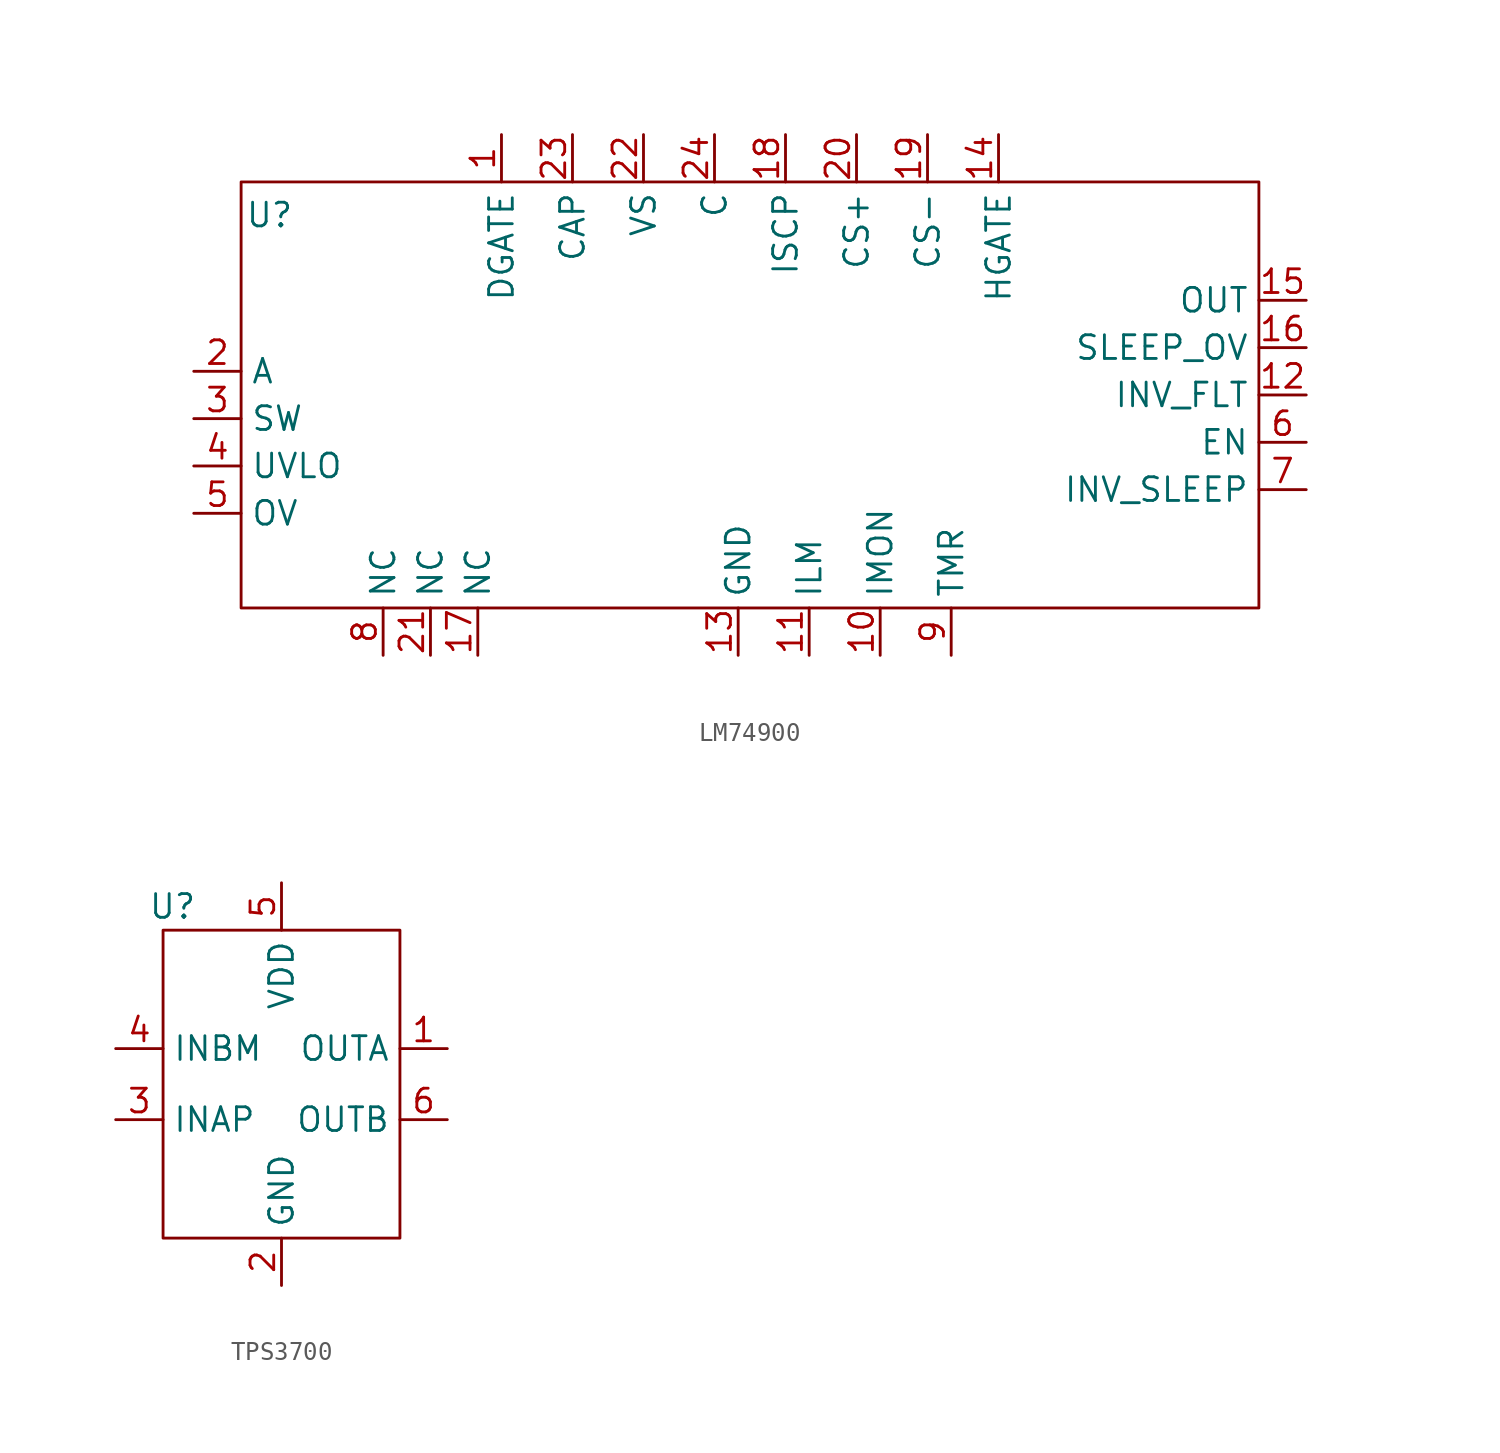
<source format=kicad_sym>
(kicad_symbol_lib
  (version 20241209)
  (generator "kicad_symbol_editor")
  (generator_version "9.0")
  (symbol "LM74900"
    (property "Reference" "U"
      (at 1.524 21.082 0)
      (effects (font (size 1.27 1.27))))
    (property "Value" ""
      (at 0 0 0)
      (effects (font (size 1.27 1.27))))
    (symbol "LM74900_0_1"
      (rectangle (start 0 22.86) (end 54.61 0) (stroke (width 0) (type default)) (fill (type none))))
    (symbol "LM74900_1_0"
      (pin input line (at -2.54 12.7 0) (length 2.54) (name "A" (effects (font (size 1.27 1.27)))) (number "2" (effects (font (size 1.27 1.27)))))
      (pin input line (at -2.54 10.16 0) (length 2.54) (name "SW" (effects (font (size 1.27 1.27)))) (number "3" (effects (font (size 1.27 1.27)))))
      (pin input line (at -2.54 7.62 0) (length 2.54) (name "UVLO" (effects (font (size 1.27 1.27)))) (number "4" (effects (font (size 1.27 1.27)))))
      (pin input line (at -2.54 5.08 0) (length 2.54) (name "OV" (effects (font (size 1.27 1.27)))) (number "5" (effects (font (size 1.27 1.27)))))
      (pin input line (at 7.62 -2.54 90) (length 2.54) (name "NC" (effects (font (size 1.27 1.27)))) (number "8" (effects (font (size 1.27 1.27)))))
      (pin input line (at 10.16 -2.54 90) (length 2.54) (name "NC" (effects (font (size 1.27 1.27)))) (number "21" (effects (font (size 1.27 1.27)))))
      (pin input line (at 12.7 -2.54 90) (length 2.54) (name "NC" (effects (font (size 1.27 1.27)))) (number "17" (effects (font (size 1.27 1.27)))))
      (pin input line (at 17.78 25.4 270) (length 2.54) (name "CAP" (effects (font (size 1.27 1.27)))) (number "23" (effects (font (size 1.27 1.27)))))
      (pin input line (at 21.59 25.4 270) (length 2.54) (name "VS" (effects (font (size 1.27 1.27)))) (number "22" (effects (font (size 1.27 1.27)))))
      (pin input line (at 25.4 25.4 270) (length 2.54) (name "C" (effects (font (size 1.27 1.27)))) (number "24" (effects (font (size 1.27 1.27)))))
      (pin input line (at 26.67 -2.54 90) (length 2.54) (name "GND" (effects (font (size 1.27 1.27)))) (number "13" (effects (font (size 1.27 1.27)))))
      (pin input line (at 29.21 25.4 270) (length 2.54) (name "ISCP" (effects (font (size 1.27 1.27)))) (number "18" (effects (font (size 1.27 1.27)))))
      (pin input line (at 30.48 -2.54 90) (length 2.54) (name "ILM" (effects (font (size 1.27 1.27)))) (number "11" (effects (font (size 1.27 1.27)))))
      (pin input line (at 33.02 25.4 270) (length 2.54) (name "CS+" (effects (font (size 1.27 1.27)))) (number "20" (effects (font (size 1.27 1.27)))))
      (pin input line (at 34.29 -2.54 90) (length 2.54) (name "IMON" (effects (font (size 1.27 1.27)))) (number "10" (effects (font (size 1.27 1.27)))))
      (pin input line (at 36.83 25.4 270) (length 2.54) (name "CS-" (effects (font (size 1.27 1.27)))) (number "19" (effects (font (size 1.27 1.27)))))
      (pin input line (at 38.1 -2.54 90) (length 2.54) (name "TMR" (effects (font (size 1.27 1.27)))) (number "9" (effects (font (size 1.27 1.27)))))
      (pin output line (at 40.64 25.4 270) (length 2.54) (name "HGATE" (effects (font (size 1.27 1.27)))) (number "14" (effects (font (size 1.27 1.27)))))
      (pin input line (at 57.15 16.51 180) (length 2.54) (name "OUT" (effects (font (size 1.27 1.27)))) (number "15" (effects (font (size 1.27 1.27)))))
      (pin input line (at 57.15 13.97 180) (length 2.54) (name "SLEEP_OV" (effects (font (size 1.27 1.27)))) (number "16" (effects (font (size 1.27 1.27)))))
      (pin input line (at 57.15 11.43 180) (length 2.54) (name "INV_FLT" (effects (font (size 1.27 1.27)))) (number "12" (effects (font (size 1.27 1.27)))))
      (pin input line (at 57.15 8.89 180) (length 2.54) (name "EN" (effects (font (size 1.27 1.27)))) (number "6" (effects (font (size 1.27 1.27)))))
      (pin input line (at 57.15 6.35 180) (length 2.54) (name "INV_SLEEP" (effects (font (size 1.27 1.27)))) (number "7" (effects (font (size 1.27 1.27))))))
    (symbol "LM74900_1_1"
      (pin output line (at 13.97 25.4 270) (length 2.54) (name "DGATE" (effects (font (size 1.27 1.27)))) (number "1" (effects (font (size 1.27 1.27)))))))
  (symbol "TPS3700"
    (property "Reference" "U"
      (at 0.508 17.78 0)
      (effects (font (size 1.27 1.27))))
    (property "Value" ""
      (at 0 0 0)
      (effects (font (size 1.27 1.27))))
    (symbol "TPS3700_0_0"
      (pin input line (at -2.54 10.16 0) (length 2.54) (name "INBM" (effects (font (size 1.27 1.27)))) (number "4" (effects (font (size 1.27 1.27)))))
      (pin input line (at -2.54 6.35 0) (length 2.54) (name "INAP" (effects (font (size 1.27 1.27)))) (number "3" (effects (font (size 1.27 1.27)))))
      (pin input line (at 6.35 19.05 270) (length 2.54) (name "VDD" (effects (font (size 1.27 1.27)))) (number "5" (effects (font (size 1.27 1.27)))))
      (pin input line (at 6.35 -2.54 90) (length 2.54) (name "GND" (effects (font (size 1.27 1.27)))) (number "2" (effects (font (size 1.27 1.27)))))
      (pin input line (at 15.24 10.16 180) (length 2.54) (name "OUTA" (effects (font (size 1.27 1.27)))) (number "1" (effects (font (size 1.27 1.27)))))
      (pin input line (at 15.24 6.35 180) (length 2.54) (name "OUTB" (effects (font (size 1.27 1.27)))) (number "6" (effects (font (size 1.27 1.27))))))
    (symbol "TPS3700_0_1"
      (rectangle (start 0 0) (end 12.7 16.51) (stroke (width 0) (type default)) (fill (type none))))))
</source>
